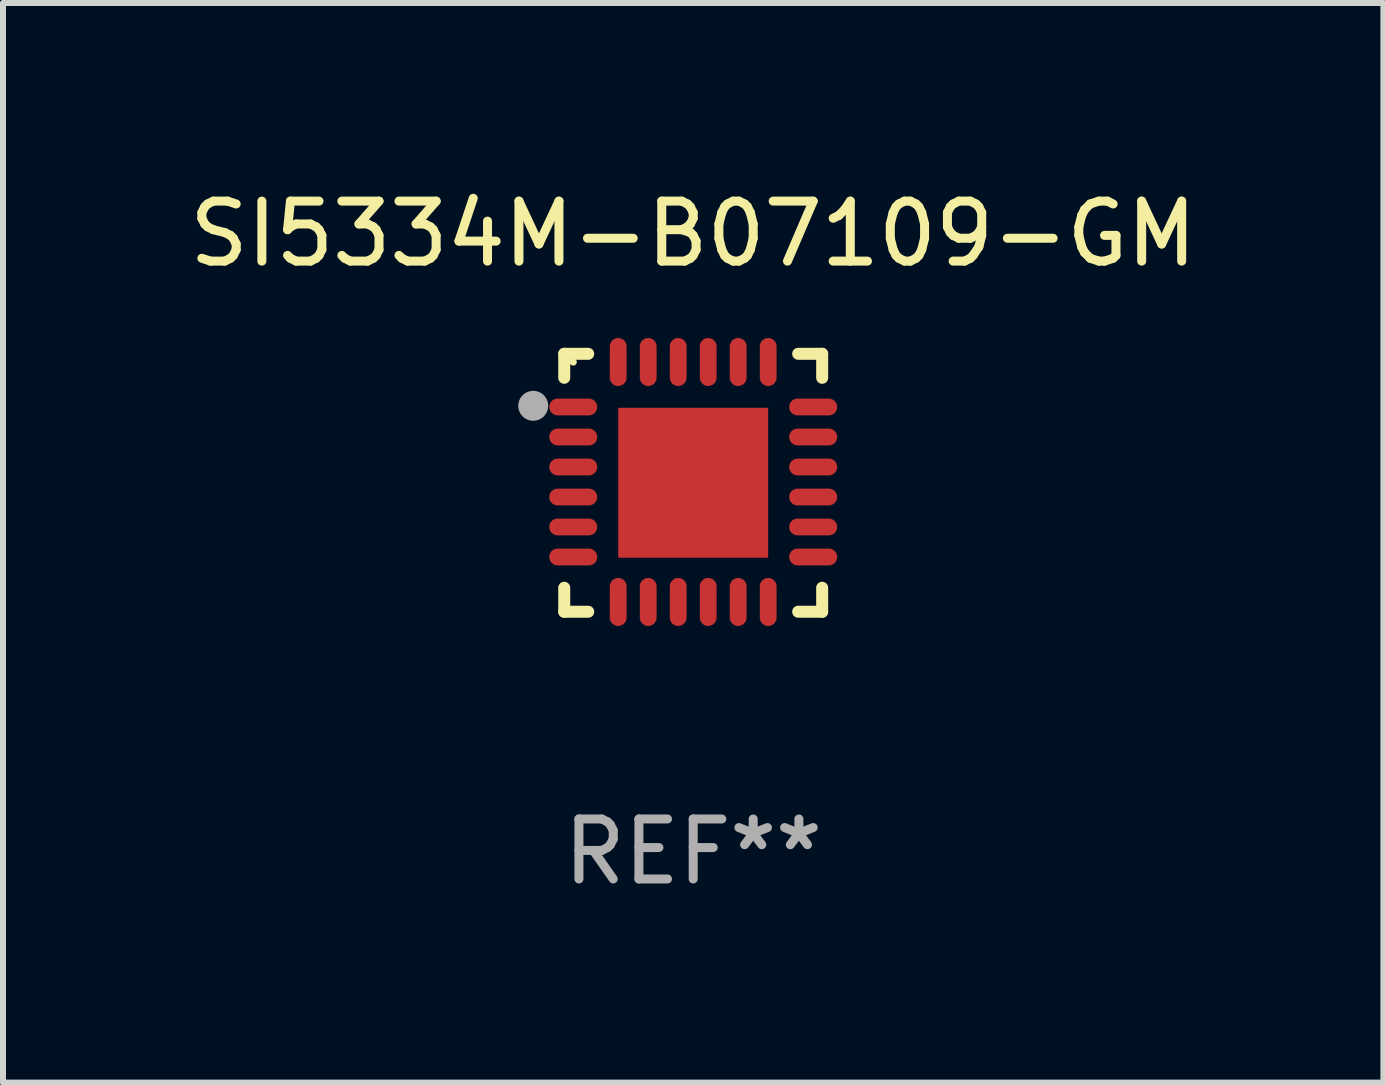
<source format=kicad_pcb>
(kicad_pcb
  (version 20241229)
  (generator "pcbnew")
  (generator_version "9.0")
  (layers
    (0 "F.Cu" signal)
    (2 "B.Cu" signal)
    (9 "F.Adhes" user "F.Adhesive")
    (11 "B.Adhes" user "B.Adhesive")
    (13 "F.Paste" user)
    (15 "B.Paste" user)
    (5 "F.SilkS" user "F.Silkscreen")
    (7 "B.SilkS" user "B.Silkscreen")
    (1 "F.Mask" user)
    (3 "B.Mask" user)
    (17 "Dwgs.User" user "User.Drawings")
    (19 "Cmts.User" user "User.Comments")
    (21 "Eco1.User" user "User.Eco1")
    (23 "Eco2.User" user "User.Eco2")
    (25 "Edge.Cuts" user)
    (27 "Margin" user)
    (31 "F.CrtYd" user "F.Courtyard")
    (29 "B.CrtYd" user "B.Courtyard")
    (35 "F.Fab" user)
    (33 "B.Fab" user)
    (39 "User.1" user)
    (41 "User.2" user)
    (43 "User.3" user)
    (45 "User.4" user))
  (footprint "SI5334M-B07109-GM"
    (layer "F.Cu")
    (at 8.506 4.998)
    (property "Reference" "SI5334M-B07109-GM" (at 0 -4.15 0) (layer "F.SilkS") (effects (font (size 1 1) (thickness 0.15))))
    (attr through_hole)
    (fp_line (start -2.15 -2.15) (end -1.75 -2.15) (stroke (width 0.2) (type solid)) (layer "F.SilkS"))
    (fp_line (start -2.15 -1.75) (end -2.15 -2.15) (stroke (width 0.2) (type solid)) (layer "F.SilkS"))
    (fp_line (start -2.15 2.15) (end -2.15 1.75) (stroke (width 0.2) (type solid)) (layer "F.SilkS"))
    (fp_line (start -1.75 2.15) (end -2.15 2.15) (stroke (width 0.2) (type solid)) (layer "F.SilkS"))
    (fp_line (start 1.75 -2.15) (end 2.15 -2.15) (stroke (width 0.2) (type solid)) (layer "F.SilkS"))
    (fp_line (start 1.75 2.15) (end 2.15 2.15) (stroke (width 0.2) (type solid)) (layer "F.SilkS"))
    (fp_line (start 2.15 -2.15) (end 2.15 -1.75) (stroke (width 0.2) (type solid)) (layer "F.SilkS"))
    (fp_line (start 2.15 2.15) (end 2.15 1.75) (stroke (width 0.2) (type solid)) (layer "F.SilkS"))
    (fp_circle (center -2 -2.013) (end -1.97 -2.013) (stroke (width 0.06) (type solid)) (fill no) (layer "F.SilkS"))
    (fp_circle (center -2.667 -1.283) (end -2.542 -1.283) (stroke (width 0.25) (type solid)) (fill no) (layer "F.Fab"))
    (fp_text user "REF**" (at 0 6.15 0) (layer "F.Fab") (effects (font (size 1 1) (thickness 0.15))))
    (pad "1" smd oval (at -2 -1.263) (size 0.8 0.28) (layers "F.Cu" "F.Mask" "F.Paste"))
    (pad "2" smd oval (at -2 -0.763) (size 0.8 0.28) (layers "F.Cu" "F.Mask" "F.Paste"))
    (pad "3" smd oval (at -2 -0.263) (size 0.8 0.28) (layers "F.Cu" "F.Mask" "F.Paste"))
    (pad "4" smd oval (at -2 0.237) (size 0.8 0.28) (layers "F.Cu" "F.Mask" "F.Paste"))
    (pad "5" smd oval (at -2 0.737) (size 0.8 0.28) (layers "F.Cu" "F.Mask" "F.Paste"))
    (pad "6" smd oval (at -2 1.237) (size 0.8 0.28) (layers "F.Cu" "F.Mask" "F.Paste"))
    (pad "7" smd oval (at -1.25 1.987) (size 0.28 0.8) (layers "F.Cu" "F.Mask" "F.Paste"))
    (pad "8" smd oval (at -0.75 1.987) (size 0.28 0.8) (layers "F.Cu" "F.Mask" "F.Paste"))
    (pad "9" smd oval (at -0.25 1.987) (size 0.28 0.8) (layers "F.Cu" "F.Mask" "F.Paste"))
    (pad "10" smd oval (at 0.25 1.987) (size 0.28 0.8) (layers "F.Cu" "F.Mask" "F.Paste"))
    (pad "11" smd oval (at 0.75 1.987) (size 0.28 0.8) (layers "F.Cu" "F.Mask" "F.Paste"))
    (pad "12" smd oval (at 1.25 1.987) (size 0.28 0.8) (layers "F.Cu" "F.Mask" "F.Paste"))
    (pad "13" smd oval (at 2 1.237) (size 0.8 0.28) (layers "F.Cu" "F.Mask" "F.Paste"))
    (pad "14" smd oval (at 2 0.737) (size 0.8 0.28) (layers "F.Cu" "F.Mask" "F.Paste"))
    (pad "15" smd oval (at 2 0.237) (size 0.8 0.28) (layers "F.Cu" "F.Mask" "F.Paste"))
    (pad "16" smd oval (at 2 -0.263) (size 0.8 0.28) (layers "F.Cu" "F.Mask" "F.Paste"))
    (pad "17" smd oval (at 2 -0.763) (size 0.8 0.28) (layers "F.Cu" "F.Mask" "F.Paste"))
    (pad "18" smd oval (at 2 -1.263) (size 0.8 0.28) (layers "F.Cu" "F.Mask" "F.Paste"))
    (pad "19" smd oval (at 1.25 -2.013) (size 0.28 0.8) (layers "F.Cu" "F.Mask" "F.Paste"))
    (pad "20" smd oval (at 0.75 -2.013) (size 0.28 0.8) (layers "F.Cu" "F.Mask" "F.Paste"))
    (pad "21" smd oval (at 0.25 -2.013) (size 0.28 0.8) (layers "F.Cu" "F.Mask" "F.Paste"))
    (pad "22" smd oval (at -0.25 -2.013) (size 0.28 0.8) (layers "F.Cu" "F.Mask" "F.Paste"))
    (pad "23" smd oval (at -0.75 -2.013) (size 0.28 0.8) (layers "F.Cu" "F.Mask" "F.Paste"))
    (pad "24" smd oval (at -1.25 -2.013) (size 0.28 0.8) (layers "F.Cu" "F.Mask" "F.Paste"))
    (pad "25" smd rect (at -0.000127 -0.00014) (size 2.5 2.5) (layers "F.Cu" "F.Mask" "F.Paste")))
  (gr_rect
    (start -3 -3)
    (end 20.012 14.997)
    (stroke (width 0.1) (type default))
    (fill no)
    (layer "Edge.Cuts")))
</source>
